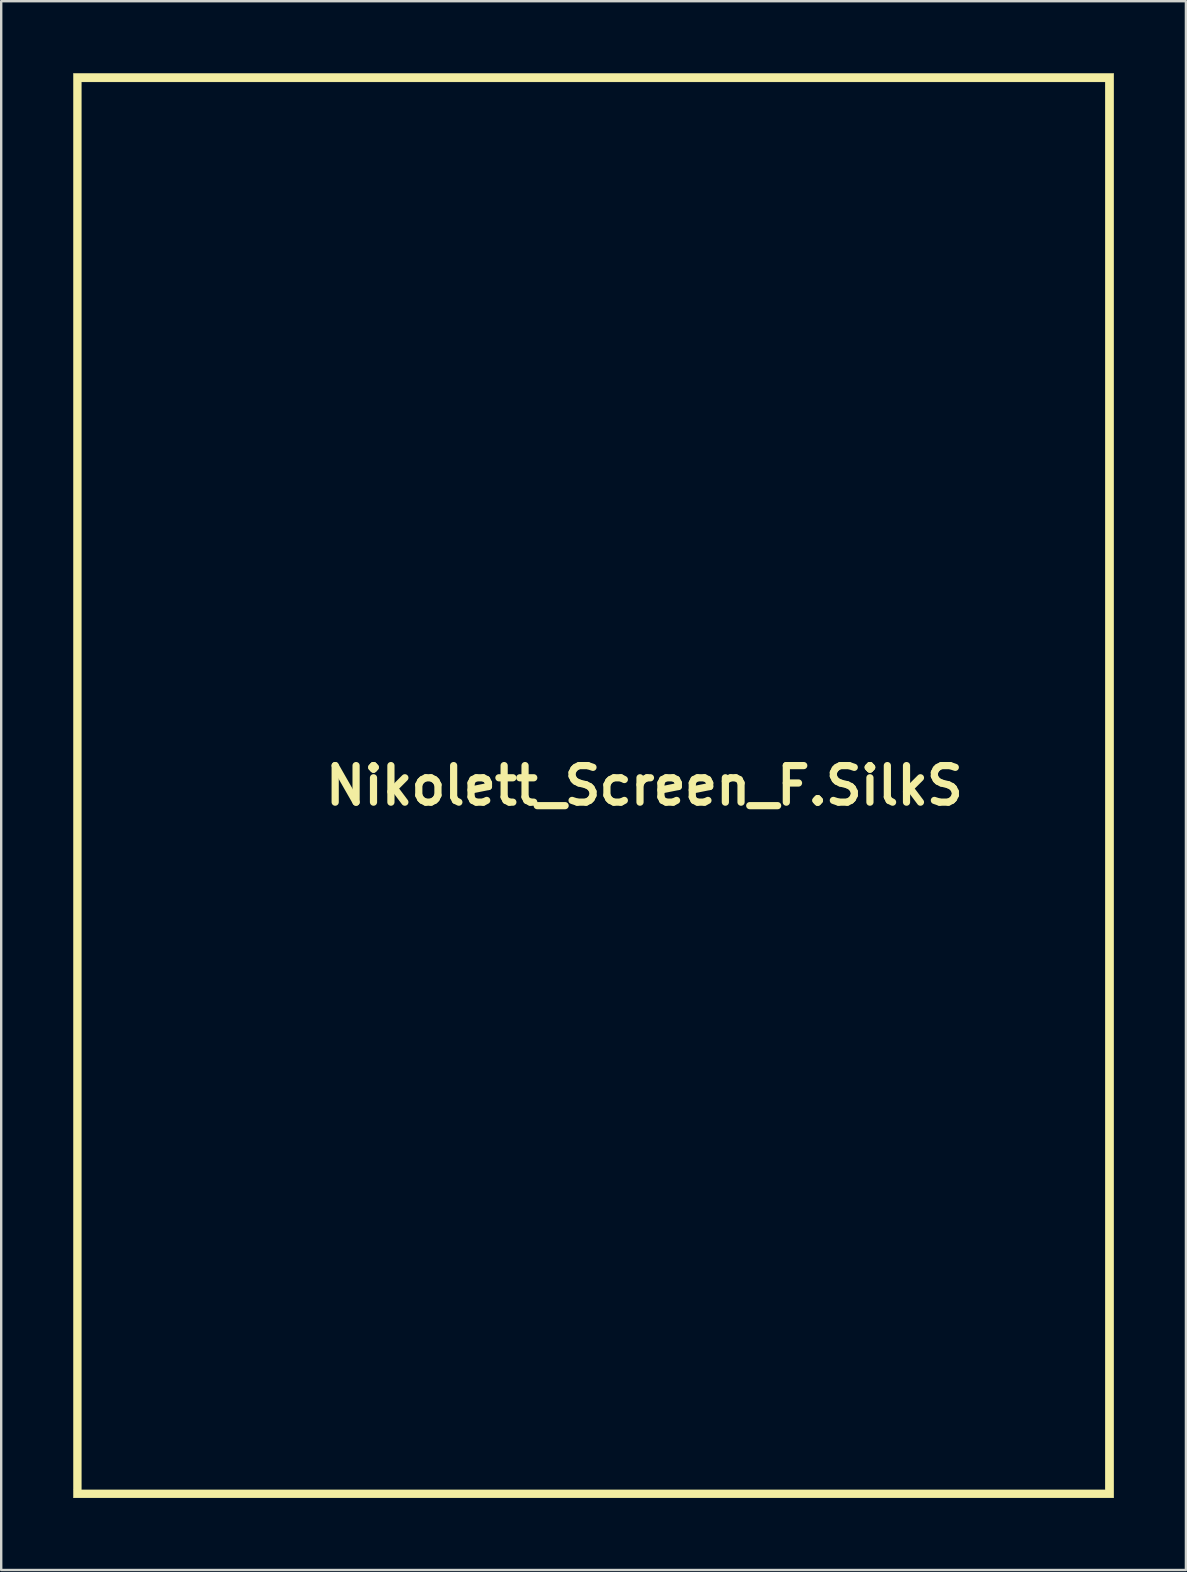
<source format=kicad_pcb>
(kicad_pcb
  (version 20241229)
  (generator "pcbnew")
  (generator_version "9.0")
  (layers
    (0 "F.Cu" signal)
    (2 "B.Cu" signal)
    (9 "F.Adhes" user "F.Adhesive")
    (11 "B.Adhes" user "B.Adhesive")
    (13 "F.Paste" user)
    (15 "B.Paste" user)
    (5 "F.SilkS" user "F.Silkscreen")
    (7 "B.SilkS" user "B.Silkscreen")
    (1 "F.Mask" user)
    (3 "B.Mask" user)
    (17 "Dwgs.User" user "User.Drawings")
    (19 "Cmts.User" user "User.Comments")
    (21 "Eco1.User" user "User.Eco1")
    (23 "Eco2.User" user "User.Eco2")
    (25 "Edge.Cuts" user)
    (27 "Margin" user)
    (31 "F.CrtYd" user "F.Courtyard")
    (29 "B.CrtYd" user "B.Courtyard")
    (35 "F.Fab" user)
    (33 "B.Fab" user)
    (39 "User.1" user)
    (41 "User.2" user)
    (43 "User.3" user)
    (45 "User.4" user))
  (footprint "Nikolett_Screen_F.SilkS"
    (layer "F.Cu")
    (at 23.796 29.681)
    (property "Reference" "Nikolett_Screen_F.SilkS" (at 0 0 0) (layer "F.SilkS") (effects (font (size 1.524 1.524) (thickness 0.3))))
    (attr through_hole)
    (fp_poly (pts (xy 19.558 29.676) (xy -23.791 29.676) (xy -23.791 -29.316) (xy -23.453 -29.316) (xy -23.453 29.337) (xy 19.198 29.337) (xy 19.198 -29.316) (xy -23.453 -29.316) (xy -23.791 -29.316) (xy -23.791 -29.676) (xy 19.558 -29.676) (xy 19.558 29.676)) (stroke (width 0.01) (type solid)) (fill yes) (layer "F.SilkS")))
  (gr_rect
    (start -3 -3)
    (end 46.359 62.361)
    (stroke (width 0.1) (type default))
    (fill no)
    (layer "Edge.Cuts")))
</source>
